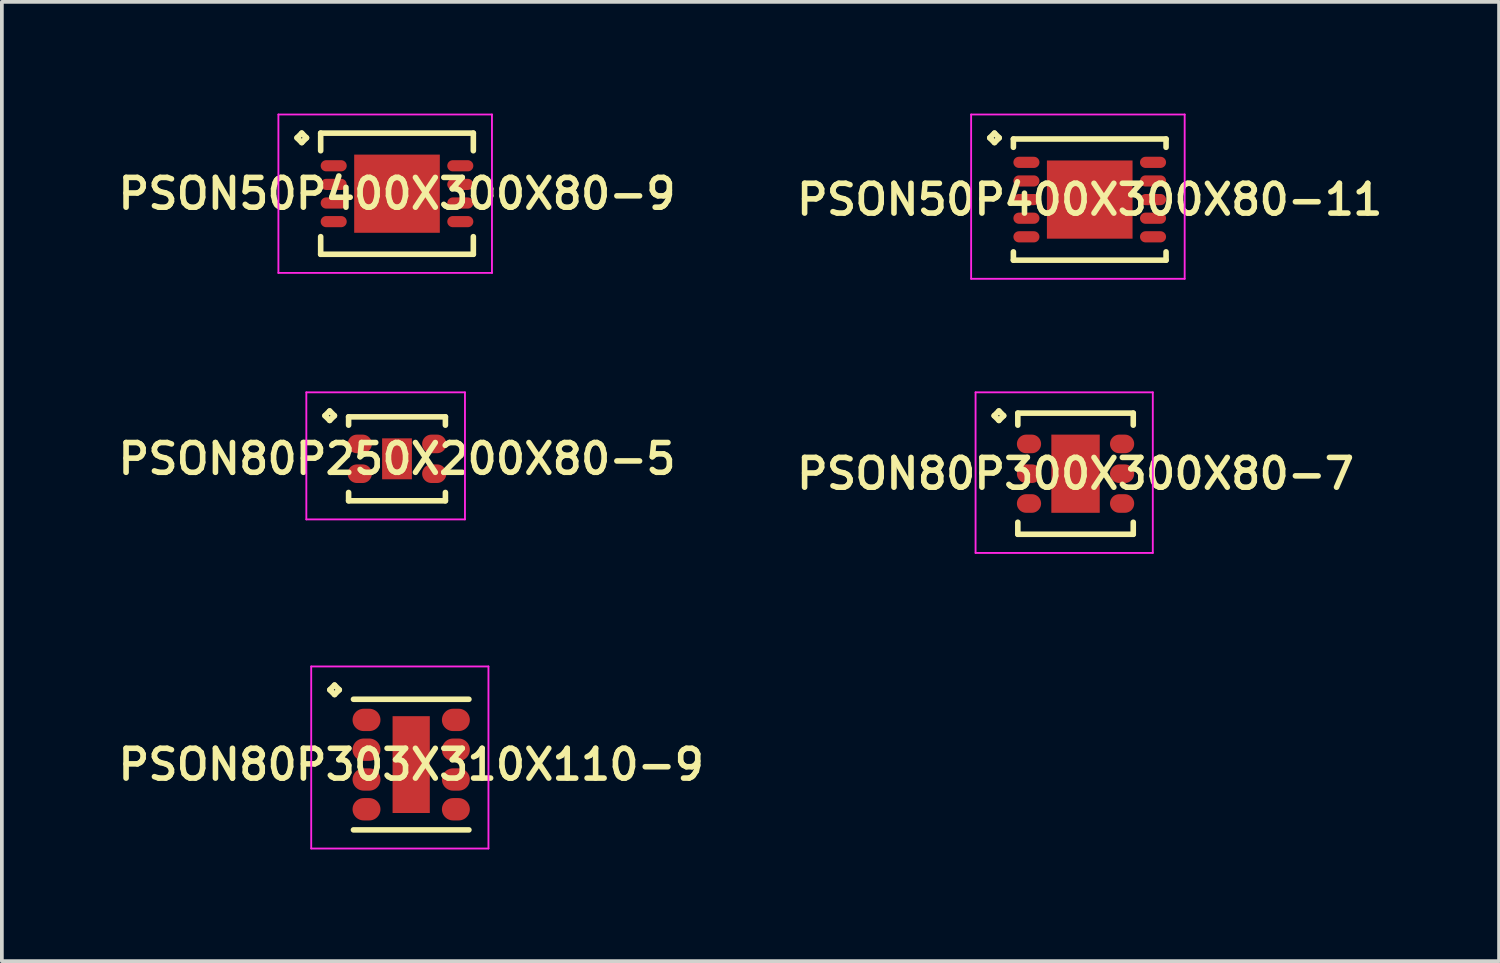
<source format=kicad_pcb>
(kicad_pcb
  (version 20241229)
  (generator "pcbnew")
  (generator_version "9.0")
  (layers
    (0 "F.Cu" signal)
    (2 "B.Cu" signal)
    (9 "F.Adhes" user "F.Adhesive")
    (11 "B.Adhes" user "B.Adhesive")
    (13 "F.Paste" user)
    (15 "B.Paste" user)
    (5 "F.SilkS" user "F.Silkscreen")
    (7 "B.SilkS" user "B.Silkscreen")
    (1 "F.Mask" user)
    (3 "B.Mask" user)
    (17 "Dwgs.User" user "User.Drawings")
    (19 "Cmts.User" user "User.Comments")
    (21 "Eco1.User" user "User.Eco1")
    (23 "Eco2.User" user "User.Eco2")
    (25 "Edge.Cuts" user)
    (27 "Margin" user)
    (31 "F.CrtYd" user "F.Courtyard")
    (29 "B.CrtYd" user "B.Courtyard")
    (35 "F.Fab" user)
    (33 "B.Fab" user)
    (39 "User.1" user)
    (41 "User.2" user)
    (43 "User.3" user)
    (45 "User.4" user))
  (footprint "PSON80P250X200X80-5"
    (layer "F.Cu")
    (at 7.612 9.272)
    (property "Reference" "PSON80P250X200X80-5" (at 0 0 0) (layer "F.SilkS") (effects (font (size 0.8 0.8) (thickness 0.15))))
    (attr smd)
    (fp_line (start -1.935 -1.158) (end -1.808 -1.285) (stroke (width 0.15) (type solid)) (layer "F.SilkS"))
    (fp_line (start -1.808 -1.285) (end -1.681 -1.158) (stroke (width 0.15) (type solid)) (layer "F.SilkS"))
    (fp_line (start -1.808 -1.031) (end -1.935 -1.158) (stroke (width 0.15) (type solid)) (layer "F.SilkS"))
    (fp_line (start -1.681 -1.158) (end -1.808 -1.031) (stroke (width 0.15) (type solid)) (layer "F.SilkS"))
    (fp_line (start -1.3 -1.127) (end 1.3 -1.127) (stroke (width 0.15) (type solid)) (layer "F.SilkS"))
    (fp_line (start -1.3 -0.904) (end -1.3 -1.127) (stroke (width 0.15) (type solid)) (layer "F.SilkS"))
    (fp_line (start -1.3 0.904) (end -1.3 1.127) (stroke (width 0.15) (type solid)) (layer "F.SilkS"))
    (fp_line (start -1.3 1.127) (end 1.3 1.127) (stroke (width 0.15) (type solid)) (layer "F.SilkS"))
    (fp_line (start 1.3 -1.127) (end 1.3 -0.904) (stroke (width 0.15) (type solid)) (layer "F.SilkS"))
    (fp_line (start 1.3 1.127) (end 1.3 0.904) (stroke (width 0.15) (type solid)) (layer "F.SilkS"))
    (fp_line (start -2.435 -1.785) (end 1.825 -1.785) (stroke (width 0.05) (type solid)) (layer "F.CrtYd"))
    (fp_line (start -2.435 1.627) (end -2.435 -1.785) (stroke (width 0.05) (type solid)) (layer "F.CrtYd"))
    (fp_line (start 1.825 -1.785) (end 1.825 1.627) (stroke (width 0.05) (type solid)) (layer "F.CrtYd"))
    (fp_line (start 1.825 1.627) (end -2.435 1.627) (stroke (width 0.05) (type solid)) (layer "F.CrtYd"))
    (pad "1" smd oval (at -1 -0.4) (size 0.65 0.5) (layers "F.Cu" "F.Mask" "F.Paste"))
    (pad "2" smd oval (at -1 0.4) (size 0.65 0.5) (layers "F.Cu" "F.Mask" "F.Paste"))
    (pad "3" smd oval (at 1 0.4) (size 0.65 0.5) (layers "F.Cu" "F.Mask" "F.Paste"))
    (pad "4" smd oval (at 1 -0.4) (size 0.65 0.5) (layers "F.Cu" "F.Mask" "F.Paste"))
    (pad "5" smd rect (at 0 0) (size 0.8 1.1) (layers "F.Cu" "F.Mask" "F.Paste")))
  (footprint "PSON50P400X300X80-11"
    (layer "F.Cu")
    (at 26.216 2.31)
    (property "Reference" "PSON50P400X300X80-11" (at 0 0 0) (layer "F.SilkS") (effects (font (size 0.8 0.8) (thickness 0.15))))
    (attr smd)
    (fp_line (start -2.685 -1.658) (end -2.558 -1.785) (stroke (width 0.15) (type solid)) (layer "F.SilkS"))
    (fp_line (start -2.558 -1.785) (end -2.431 -1.658) (stroke (width 0.15) (type solid)) (layer "F.SilkS"))
    (fp_line (start -2.558 -1.531) (end -2.685 -1.658) (stroke (width 0.15) (type solid)) (layer "F.SilkS"))
    (fp_line (start -2.431 -1.658) (end -2.558 -1.531) (stroke (width 0.15) (type solid)) (layer "F.SilkS"))
    (fp_line (start -2.05 -1.627) (end 2.05 -1.627) (stroke (width 0.15) (type solid)) (layer "F.SilkS"))
    (fp_line (start -2.05 -1.404) (end -2.05 -1.627) (stroke (width 0.15) (type solid)) (layer "F.SilkS"))
    (fp_line (start -2.05 1.404) (end -2.05 1.627) (stroke (width 0.15) (type solid)) (layer "F.SilkS"))
    (fp_line (start -2.05 1.627) (end 2.05 1.627) (stroke (width 0.15) (type solid)) (layer "F.SilkS"))
    (fp_line (start 2.05 -1.627) (end 2.05 -1.404) (stroke (width 0.15) (type solid)) (layer "F.SilkS"))
    (fp_line (start 2.05 1.627) (end 2.05 1.404) (stroke (width 0.15) (type solid)) (layer "F.SilkS"))
    (fp_line (start -3.185 -2.285) (end 2.55 -2.285) (stroke (width 0.05) (type solid)) (layer "F.CrtYd"))
    (fp_line (start -3.185 2.127) (end -3.185 -2.285) (stroke (width 0.05) (type solid)) (layer "F.CrtYd"))
    (fp_line (start 2.55 -2.285) (end 2.55 2.127) (stroke (width 0.05) (type solid)) (layer "F.CrtYd"))
    (fp_line (start 2.55 2.127) (end -3.185 2.127) (stroke (width 0.05) (type solid)) (layer "F.CrtYd"))
    (pad "1" smd oval (at -1.7 -1) (size 0.7 0.3) (layers "F.Cu" "F.Mask" "F.Paste"))
    (pad "2" smd oval (at -1.7 -0.5) (size 0.7 0.3) (layers "F.Cu" "F.Mask" "F.Paste"))
    (pad "3" smd oval (at -1.7 0) (size 0.7 0.3) (layers "F.Cu" "F.Mask" "F.Paste"))
    (pad "4" smd oval (at -1.7 0.5) (size 0.7 0.3) (layers "F.Cu" "F.Mask" "F.Paste"))
    (pad "5" smd oval (at -1.7 1) (size 0.7 0.3) (layers "F.Cu" "F.Mask" "F.Paste"))
    (pad "6" smd oval (at 1.7 1) (size 0.7 0.3) (layers "F.Cu" "F.Mask" "F.Paste"))
    (pad "7" smd oval (at 1.7 0.5) (size 0.7 0.3) (layers "F.Cu" "F.Mask" "F.Paste"))
    (pad "8" smd oval (at 1.7 0) (size 0.7 0.3) (layers "F.Cu" "F.Mask" "F.Paste"))
    (pad "9" smd oval (at 1.7 -0.5) (size 0.7 0.3) (layers "F.Cu" "F.Mask" "F.Paste"))
    (pad "10" smd oval (at 1.7 -1) (size 0.7 0.3) (layers "F.Cu" "F.Mask" "F.Paste"))
    (pad "11" smd rect (at 0 0) (size 2.3 2.1) (layers "F.Cu" "F.Mask" "F.Paste")))
  (footprint "PSON80P303X310X110-9"
    (layer "F.Cu")
    (at 7.993 17.484)
    (property "Reference" "PSON80P303X310X110-9" (at 0 0 0) (layer "F.SilkS") (effects (font (size 0.8 0.8) (thickness 0.15))))
    (attr smd)
    (fp_line (start -2.185 -2.008) (end -2.058 -2.135) (stroke (width 0.15) (type solid)) (layer "F.SilkS"))
    (fp_line (start -2.058 -2.135) (end -1.931 -2.008) (stroke (width 0.15) (type solid)) (layer "F.SilkS"))
    (fp_line (start -2.058 -1.881) (end -2.185 -2.008) (stroke (width 0.15) (type solid)) (layer "F.SilkS"))
    (fp_line (start -1.931 -2.008) (end -2.058 -1.881) (stroke (width 0.15) (type solid)) (layer "F.SilkS"))
    (fp_line (start -1.55 -1.754) (end 1.55 -1.754) (stroke (width 0.15) (type solid)) (layer "F.SilkS"))
    (fp_line (start -1.55 1.754) (end 1.55 1.754) (stroke (width 0.15) (type solid)) (layer "F.SilkS"))
    (fp_line (start -2.685 -2.635) (end 2.075 -2.635) (stroke (width 0.05) (type solid)) (layer "F.CrtYd"))
    (fp_line (start -2.685 2.254) (end -2.685 -2.635) (stroke (width 0.05) (type solid)) (layer "F.CrtYd"))
    (fp_line (start 2.075 -2.635) (end 2.075 2.254) (stroke (width 0.05) (type solid)) (layer "F.CrtYd"))
    (fp_line (start 2.075 2.254) (end -2.685 2.254) (stroke (width 0.05) (type solid)) (layer "F.CrtYd"))
    (pad "1" smd oval (at -1.2 -1.2) (size 0.75 0.6) (layers "F.Cu" "F.Mask" "F.Paste"))
    (pad "2" smd oval (at -1.2 -0.4) (size 0.75 0.6) (layers "F.Cu" "F.Mask" "F.Paste"))
    (pad "3" smd oval (at -1.2 0.4) (size 0.75 0.6) (layers "F.Cu" "F.Mask" "F.Paste"))
    (pad "4" smd oval (at -1.2 1.2) (size 0.75 0.6) (layers "F.Cu" "F.Mask" "F.Paste"))
    (pad "5" smd oval (at 1.2 1.2) (size 0.75 0.6) (layers "F.Cu" "F.Mask" "F.Paste"))
    (pad "6" smd oval (at 1.2 0.4) (size 0.75 0.6) (layers "F.Cu" "F.Mask" "F.Paste"))
    (pad "7" smd oval (at 1.2 -0.4) (size 0.75 0.6) (layers "F.Cu" "F.Mask" "F.Paste"))
    (pad "8" smd oval (at 1.2 -1.2) (size 0.75 0.6) (layers "F.Cu" "F.Mask" "F.Paste"))
    (pad "9" smd rect (at 0 0) (size 1 2.6) (layers "F.Cu" "F.Mask" "F.Paste")))
  (footprint "PSON50P400X300X80-9"
    (layer "F.Cu")
    (at 7.612 2.152)
    (property "Reference" "PSON50P400X300X80-9" (at 0 0 0) (layer "F.SilkS") (effects (font (size 0.8 0.8) (thickness 0.15))))
    (attr smd)
    (fp_line (start -2.685 -1.5) (end -2.558 -1.627) (stroke (width 0.15) (type solid)) (layer "F.SilkS"))
    (fp_line (start -2.558 -1.627) (end -2.431 -1.5) (stroke (width 0.15) (type solid)) (layer "F.SilkS"))
    (fp_line (start -2.558 -1.373) (end -2.685 -1.5) (stroke (width 0.15) (type solid)) (layer "F.SilkS"))
    (fp_line (start -2.431 -1.5) (end -2.558 -1.373) (stroke (width 0.15) (type solid)) (layer "F.SilkS"))
    (fp_line (start -2.05 -1.627) (end 2.05 -1.627) (stroke (width 0.15) (type solid)) (layer "F.SilkS"))
    (fp_line (start -2.05 -1.154) (end -2.05 -1.627) (stroke (width 0.15) (type solid)) (layer "F.SilkS"))
    (fp_line (start -2.05 1.154) (end -2.05 1.627) (stroke (width 0.15) (type solid)) (layer "F.SilkS"))
    (fp_line (start -2.05 1.627) (end 2.05 1.627) (stroke (width 0.15) (type solid)) (layer "F.SilkS"))
    (fp_line (start 2.05 -1.627) (end 2.05 -1.154) (stroke (width 0.15) (type solid)) (layer "F.SilkS"))
    (fp_line (start 2.05 1.627) (end 2.05 1.154) (stroke (width 0.15) (type solid)) (layer "F.SilkS"))
    (fp_line (start -3.185 -2.127) (end 2.55 -2.127) (stroke (width 0.05) (type solid)) (layer "F.CrtYd"))
    (fp_line (start -3.185 2.127) (end -3.185 -2.127) (stroke (width 0.05) (type solid)) (layer "F.CrtYd"))
    (fp_line (start 2.55 -2.127) (end 2.55 2.127) (stroke (width 0.05) (type solid)) (layer "F.CrtYd"))
    (fp_line (start 2.55 2.127) (end -3.185 2.127) (stroke (width 0.05) (type solid)) (layer "F.CrtYd"))
    (pad "1" smd oval (at -1.7 -0.75) (size 0.7 0.3) (layers "F.Cu" "F.Mask" "F.Paste"))
    (pad "2" smd oval (at -1.7 -0.25) (size 0.7 0.3) (layers "F.Cu" "F.Mask" "F.Paste"))
    (pad "3" smd oval (at -1.7 0.25) (size 0.7 0.3) (layers "F.Cu" "F.Mask" "F.Paste"))
    (pad "4" smd oval (at -1.7 0.75) (size 0.7 0.3) (layers "F.Cu" "F.Mask" "F.Paste"))
    (pad "5" smd oval (at 1.7 0.75) (size 0.7 0.3) (layers "F.Cu" "F.Mask" "F.Paste"))
    (pad "6" smd oval (at 1.7 0.25) (size 0.7 0.3) (layers "F.Cu" "F.Mask" "F.Paste"))
    (pad "7" smd oval (at 1.7 -0.25) (size 0.7 0.3) (layers "F.Cu" "F.Mask" "F.Paste"))
    (pad "8" smd oval (at 1.7 -0.75) (size 0.7 0.3) (layers "F.Cu" "F.Mask" "F.Paste"))
    (pad "9" smd rect (at 0 0) (size 2.3 2.1) (layers "F.Cu" "F.Mask" "F.Paste")))
  (footprint "PSON80P300X300X80-7"
    (layer "F.Cu")
    (at 25.835 9.672)
    (property "Reference" "PSON80P300X300X80-7" (at 0 0 0) (layer "F.SilkS") (effects (font (size 0.8 0.8) (thickness 0.15))))
    (attr smd)
    (fp_line (start -2.185 -1.558) (end -2.058 -1.685) (stroke (width 0.15) (type solid)) (layer "F.SilkS"))
    (fp_line (start -2.058 -1.685) (end -1.931 -1.558) (stroke (width 0.15) (type solid)) (layer "F.SilkS"))
    (fp_line (start -2.058 -1.431) (end -2.185 -1.558) (stroke (width 0.15) (type solid)) (layer "F.SilkS"))
    (fp_line (start -1.931 -1.558) (end -2.058 -1.431) (stroke (width 0.15) (type solid)) (layer "F.SilkS"))
    (fp_line (start -1.55 -1.627) (end 1.55 -1.627) (stroke (width 0.15) (type solid)) (layer "F.SilkS"))
    (fp_line (start -1.55 -1.304) (end -1.55 -1.627) (stroke (width 0.15) (type solid)) (layer "F.SilkS"))
    (fp_line (start -1.55 1.304) (end -1.55 1.627) (stroke (width 0.15) (type solid)) (layer "F.SilkS"))
    (fp_line (start -1.55 1.627) (end 1.55 1.627) (stroke (width 0.15) (type solid)) (layer "F.SilkS"))
    (fp_line (start 1.55 -1.627) (end 1.55 -1.304) (stroke (width 0.15) (type solid)) (layer "F.SilkS"))
    (fp_line (start 1.55 1.627) (end 1.55 1.304) (stroke (width 0.15) (type solid)) (layer "F.SilkS"))
    (fp_line (start -2.685 -2.185) (end 2.075 -2.185) (stroke (width 0.05) (type solid)) (layer "F.CrtYd"))
    (fp_line (start -2.685 2.127) (end -2.685 -2.185) (stroke (width 0.05) (type solid)) (layer "F.CrtYd"))
    (fp_line (start 2.075 -2.185) (end 2.075 2.127) (stroke (width 0.05) (type solid)) (layer "F.CrtYd"))
    (fp_line (start 2.075 2.127) (end -2.685 2.127) (stroke (width 0.05) (type solid)) (layer "F.CrtYd"))
    (pad "1" smd oval (at -1.25 -0.8) (size 0.65 0.5) (layers "F.Cu" "F.Mask" "F.Paste"))
    (pad "2" smd oval (at -1.25 0) (size 0.65 0.5) (layers "F.Cu" "F.Mask" "F.Paste"))
    (pad "3" smd oval (at -1.25 0.8) (size 0.65 0.5) (layers "F.Cu" "F.Mask" "F.Paste"))
    (pad "4" smd oval (at 1.25 0.8) (size 0.65 0.5) (layers "F.Cu" "F.Mask" "F.Paste"))
    (pad "5" smd oval (at 1.25 0) (size 0.65 0.5) (layers "F.Cu" "F.Mask" "F.Paste"))
    (pad "6" smd oval (at 1.25 -0.8) (size 0.65 0.5) (layers "F.Cu" "F.Mask" "F.Paste"))
    (pad "7" smd rect (at 0 0) (size 1.3 2.1) (layers "F.Cu" "F.Mask" "F.Paste")))
  (gr_rect
    (start -3 -3)
    (end 37.209 22.763)
    (stroke (width 0.1) (type default))
    (fill no)
    (layer "Edge.Cuts")))
</source>
